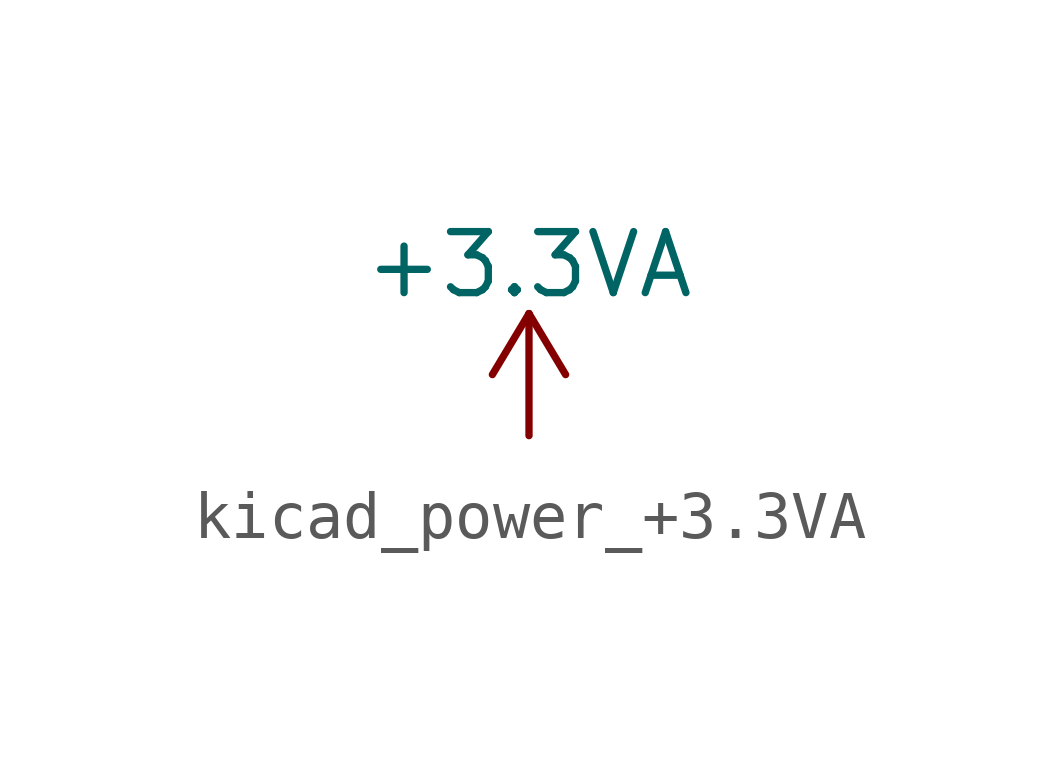
<source format=kicad_sym>
(kicad_symbol_lib
  (version 20220914)
  (generator kicad_symbol_editor)
  (symbol "kicad_power_+3.3VA"
    (power)
    (pin_names
      (offset 0))
    (property "Reference" "#PWR"
      (at 0 -3.81 0)
      (effects (font (size 1.27 1.27)) hide))
    (property "Value" "+3.3VA"
      (at 0 3.556 0)
      (effects (font (size 1.27 1.27))))
    (symbol "kicad_power_+3.3VA_0_1"
      (polyline (pts (xy -0.762 1.27) (xy 0 2.54)) (stroke (width 0) (type default)) (fill (type none)))
      (polyline (pts (xy 0 0) (xy 0 2.54)) (stroke (width 0) (type default)) (fill (type none)))
      (polyline (pts (xy 0 2.54) (xy 0.762 1.27)) (stroke (width 0) (type default)) (fill (type none))))
    (symbol "kicad_power_+3.3VA_1_1"
      (pin power_in line (at 0 0 90) (length 0) hide (name "+3.3VA" (effects (font (size 1.27 1.27)))) (number "1" (effects (font (size 1.27 1.27))))))))
</source>
